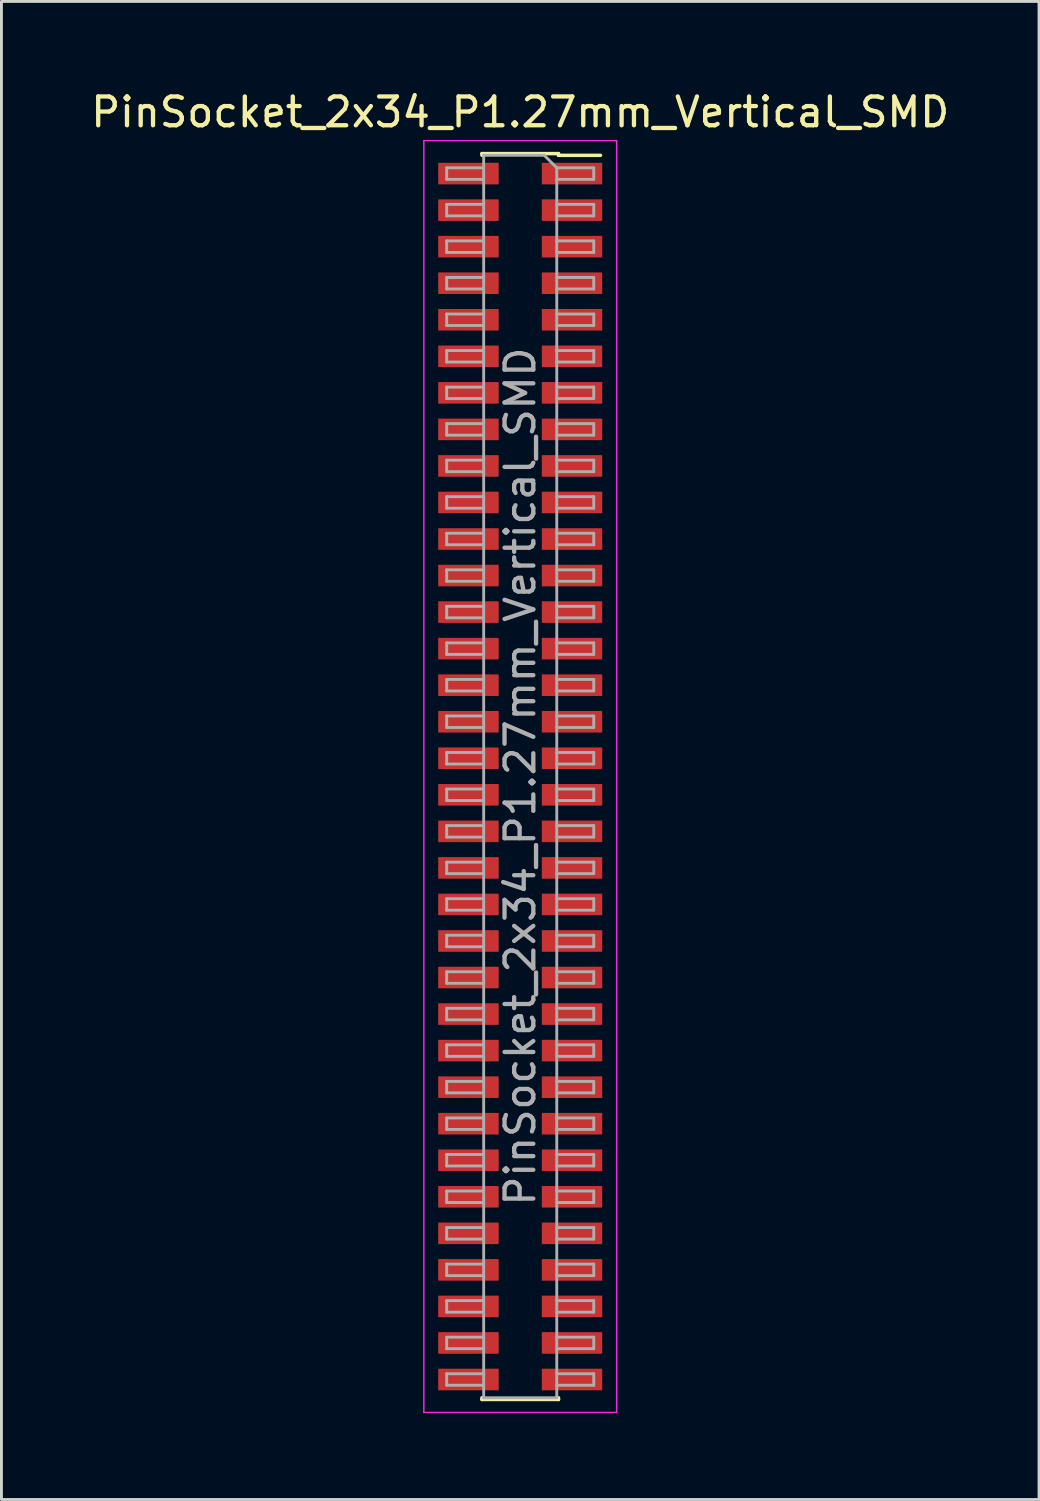
<source format=kicad_pcb>
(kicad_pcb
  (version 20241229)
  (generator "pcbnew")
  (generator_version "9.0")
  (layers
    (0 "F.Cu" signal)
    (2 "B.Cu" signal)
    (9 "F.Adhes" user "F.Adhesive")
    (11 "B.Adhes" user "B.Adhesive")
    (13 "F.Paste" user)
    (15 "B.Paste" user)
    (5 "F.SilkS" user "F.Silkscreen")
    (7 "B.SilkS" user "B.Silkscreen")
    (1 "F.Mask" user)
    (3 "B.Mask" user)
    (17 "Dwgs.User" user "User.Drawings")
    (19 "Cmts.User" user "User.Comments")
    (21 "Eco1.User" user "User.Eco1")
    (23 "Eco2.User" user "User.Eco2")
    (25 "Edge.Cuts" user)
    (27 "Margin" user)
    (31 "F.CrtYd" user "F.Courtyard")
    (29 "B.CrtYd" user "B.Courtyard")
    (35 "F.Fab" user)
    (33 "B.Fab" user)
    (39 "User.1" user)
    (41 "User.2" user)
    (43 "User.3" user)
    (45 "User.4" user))
  (footprint "PinSocket_2x34_P1.27mm_Vertical_SMD"
    (layer "F.Cu")
    (at 15.03 23.938)
    (property "Reference" "PinSocket_2x34_P1.27mm_Vertical_SMD" (at 0 -23.09 0) (layer "F.SilkS") (effects (font (size 1 1) (thickness 0.15))))
    (attr smd)
    (fp_line (start -1.33 -21.65) (end -1.33 -21.59) (stroke (width 0.12) (type solid)) (layer "F.SilkS"))
    (fp_line (start -1.33 -21.65) (end 1.33 -21.65) (stroke (width 0.12) (type solid)) (layer "F.SilkS"))
    (fp_line (start -1.33 21.59) (end -1.33 21.65) (stroke (width 0.12) (type solid)) (layer "F.SilkS"))
    (fp_line (start -1.33 21.65) (end 1.33 21.65) (stroke (width 0.12) (type solid)) (layer "F.SilkS"))
    (fp_line (start 1.33 -21.65) (end 1.33 -21.59) (stroke (width 0.12) (type solid)) (layer "F.SilkS"))
    (fp_line (start 1.33 -21.59) (end 2.79 -21.59) (stroke (width 0.12) (type solid)) (layer "F.SilkS"))
    (fp_line (start 1.33 21.59) (end 1.33 21.65) (stroke (width 0.12) (type solid)) (layer "F.SilkS"))
    (fp_line (start -3.35 -22.1) (end 3.35 -22.1) (stroke (width 0.05) (type solid)) (layer "F.CrtYd"))
    (fp_line (start -3.35 22.1) (end -3.35 -22.1) (stroke (width 0.05) (type solid)) (layer "F.CrtYd"))
    (fp_line (start 3.35 -22.1) (end 3.35 22.1) (stroke (width 0.05) (type solid)) (layer "F.CrtYd"))
    (fp_line (start 3.35 22.1) (end -3.35 22.1) (stroke (width 0.05) (type solid)) (layer "F.CrtYd"))
    (fp_line (start -2.555 -21.155) (end -1.27 -21.155) (stroke (width 0.1) (type solid)) (layer "F.Fab"))
    (fp_line (start -2.555 -20.755) (end -2.555 -21.155) (stroke (width 0.1) (type solid)) (layer "F.Fab"))
    (fp_line (start -2.555 -19.885) (end -1.27 -19.885) (stroke (width 0.1) (type solid)) (layer "F.Fab"))
    (fp_line (start -2.555 -19.485) (end -2.555 -19.885) (stroke (width 0.1) (type solid)) (layer "F.Fab"))
    (fp_line (start -2.555 -18.615) (end -1.27 -18.615) (stroke (width 0.1) (type solid)) (layer "F.Fab"))
    (fp_line (start -2.555 -18.215) (end -2.555 -18.615) (stroke (width 0.1) (type solid)) (layer "F.Fab"))
    (fp_line (start -2.555 -17.345) (end -1.27 -17.345) (stroke (width 0.1) (type solid)) (layer "F.Fab"))
    (fp_line (start -2.555 -16.945) (end -2.555 -17.345) (stroke (width 0.1) (type solid)) (layer "F.Fab"))
    (fp_line (start -2.555 -16.075) (end -1.27 -16.075) (stroke (width 0.1) (type solid)) (layer "F.Fab"))
    (fp_line (start -2.555 -15.675) (end -2.555 -16.075) (stroke (width 0.1) (type solid)) (layer "F.Fab"))
    (fp_line (start -2.555 -14.805) (end -1.27 -14.805) (stroke (width 0.1) (type solid)) (layer "F.Fab"))
    (fp_line (start -2.555 -14.405) (end -2.555 -14.805) (stroke (width 0.1) (type solid)) (layer "F.Fab"))
    (fp_line (start -2.555 -13.535) (end -1.27 -13.535) (stroke (width 0.1) (type solid)) (layer "F.Fab"))
    (fp_line (start -2.555 -13.135) (end -2.555 -13.535) (stroke (width 0.1) (type solid)) (layer "F.Fab"))
    (fp_line (start -2.555 -12.265) (end -1.27 -12.265) (stroke (width 0.1) (type solid)) (layer "F.Fab"))
    (fp_line (start -2.555 -11.865) (end -2.555 -12.265) (stroke (width 0.1) (type solid)) (layer "F.Fab"))
    (fp_line (start -2.555 -10.995) (end -1.27 -10.995) (stroke (width 0.1) (type solid)) (layer "F.Fab"))
    (fp_line (start -2.555 -10.595) (end -2.555 -10.995) (stroke (width 0.1) (type solid)) (layer "F.Fab"))
    (fp_line (start -2.555 -9.725) (end -1.27 -9.725) (stroke (width 0.1) (type solid)) (layer "F.Fab"))
    (fp_line (start -2.555 -9.325) (end -2.555 -9.725) (stroke (width 0.1) (type solid)) (layer "F.Fab"))
    (fp_line (start -2.555 -8.455) (end -1.27 -8.455) (stroke (width 0.1) (type solid)) (layer "F.Fab"))
    (fp_line (start -2.555 -8.055) (end -2.555 -8.455) (stroke (width 0.1) (type solid)) (layer "F.Fab"))
    (fp_line (start -2.555 -7.185) (end -1.27 -7.185) (stroke (width 0.1) (type solid)) (layer "F.Fab"))
    (fp_line (start -2.555 -6.785) (end -2.555 -7.185) (stroke (width 0.1) (type solid)) (layer "F.Fab"))
    (fp_line (start -2.555 -5.915) (end -1.27 -5.915) (stroke (width 0.1) (type solid)) (layer "F.Fab"))
    (fp_line (start -2.555 -5.515) (end -2.555 -5.915) (stroke (width 0.1) (type solid)) (layer "F.Fab"))
    (fp_line (start -2.555 -4.645) (end -1.27 -4.645) (stroke (width 0.1) (type solid)) (layer "F.Fab"))
    (fp_line (start -2.555 -4.245) (end -2.555 -4.645) (stroke (width 0.1) (type solid)) (layer "F.Fab"))
    (fp_line (start -2.555 -3.375) (end -1.27 -3.375) (stroke (width 0.1) (type solid)) (layer "F.Fab"))
    (fp_line (start -2.555 -2.975) (end -2.555 -3.375) (stroke (width 0.1) (type solid)) (layer "F.Fab"))
    (fp_line (start -2.555 -2.105) (end -1.27 -2.105) (stroke (width 0.1) (type solid)) (layer "F.Fab"))
    (fp_line (start -2.555 -1.705) (end -2.555 -2.105) (stroke (width 0.1) (type solid)) (layer "F.Fab"))
    (fp_line (start -2.555 -0.835) (end -1.27 -0.835) (stroke (width 0.1) (type solid)) (layer "F.Fab"))
    (fp_line (start -2.555 -0.435) (end -2.555 -0.835) (stroke (width 0.1) (type solid)) (layer "F.Fab"))
    (fp_line (start -2.555 0.435) (end -1.27 0.435) (stroke (width 0.1) (type solid)) (layer "F.Fab"))
    (fp_line (start -2.555 0.835) (end -2.555 0.435) (stroke (width 0.1) (type solid)) (layer "F.Fab"))
    (fp_line (start -2.555 1.705) (end -1.27 1.705) (stroke (width 0.1) (type solid)) (layer "F.Fab"))
    (fp_line (start -2.555 2.105) (end -2.555 1.705) (stroke (width 0.1) (type solid)) (layer "F.Fab"))
    (fp_line (start -2.555 2.975) (end -1.27 2.975) (stroke (width 0.1) (type solid)) (layer "F.Fab"))
    (fp_line (start -2.555 3.375) (end -2.555 2.975) (stroke (width 0.1) (type solid)) (layer "F.Fab"))
    (fp_line (start -2.555 4.245) (end -1.27 4.245) (stroke (width 0.1) (type solid)) (layer "F.Fab"))
    (fp_line (start -2.555 4.645) (end -2.555 4.245) (stroke (width 0.1) (type solid)) (layer "F.Fab"))
    (fp_line (start -2.555 5.515) (end -1.27 5.515) (stroke (width 0.1) (type solid)) (layer "F.Fab"))
    (fp_line (start -2.555 5.915) (end -2.555 5.515) (stroke (width 0.1) (type solid)) (layer "F.Fab"))
    (fp_line (start -2.555 6.785) (end -1.27 6.785) (stroke (width 0.1) (type solid)) (layer "F.Fab"))
    (fp_line (start -2.555 7.185) (end -2.555 6.785) (stroke (width 0.1) (type solid)) (layer "F.Fab"))
    (fp_line (start -2.555 8.055) (end -1.27 8.055) (stroke (width 0.1) (type solid)) (layer "F.Fab"))
    (fp_line (start -2.555 8.455) (end -2.555 8.055) (stroke (width 0.1) (type solid)) (layer "F.Fab"))
    (fp_line (start -2.555 9.325) (end -1.27 9.325) (stroke (width 0.1) (type solid)) (layer "F.Fab"))
    (fp_line (start -2.555 9.725) (end -2.555 9.325) (stroke (width 0.1) (type solid)) (layer "F.Fab"))
    (fp_line (start -2.555 10.595) (end -1.27 10.595) (stroke (width 0.1) (type solid)) (layer "F.Fab"))
    (fp_line (start -2.555 10.995) (end -2.555 10.595) (stroke (width 0.1) (type solid)) (layer "F.Fab"))
    (fp_line (start -2.555 11.865) (end -1.27 11.865) (stroke (width 0.1) (type solid)) (layer "F.Fab"))
    (fp_line (start -2.555 12.265) (end -2.555 11.865) (stroke (width 0.1) (type solid)) (layer "F.Fab"))
    (fp_line (start -2.555 13.135) (end -1.27 13.135) (stroke (width 0.1) (type solid)) (layer "F.Fab"))
    (fp_line (start -2.555 13.535) (end -2.555 13.135) (stroke (width 0.1) (type solid)) (layer "F.Fab"))
    (fp_line (start -2.555 14.405) (end -1.27 14.405) (stroke (width 0.1) (type solid)) (layer "F.Fab"))
    (fp_line (start -2.555 14.805) (end -2.555 14.405) (stroke (width 0.1) (type solid)) (layer "F.Fab"))
    (fp_line (start -2.555 15.675) (end -1.27 15.675) (stroke (width 0.1) (type solid)) (layer "F.Fab"))
    (fp_line (start -2.555 16.075) (end -2.555 15.675) (stroke (width 0.1) (type solid)) (layer "F.Fab"))
    (fp_line (start -2.555 16.945) (end -1.27 16.945) (stroke (width 0.1) (type solid)) (layer "F.Fab"))
    (fp_line (start -2.555 17.345) (end -2.555 16.945) (stroke (width 0.1) (type solid)) (layer "F.Fab"))
    (fp_line (start -2.555 18.215) (end -1.27 18.215) (stroke (width 0.1) (type solid)) (layer "F.Fab"))
    (fp_line (start -2.555 18.615) (end -2.555 18.215) (stroke (width 0.1) (type solid)) (layer "F.Fab"))
    (fp_line (start -2.555 19.485) (end -1.27 19.485) (stroke (width 0.1) (type solid)) (layer "F.Fab"))
    (fp_line (start -2.555 19.885) (end -2.555 19.485) (stroke (width 0.1) (type solid)) (layer "F.Fab"))
    (fp_line (start -2.555 20.755) (end -1.27 20.755) (stroke (width 0.1) (type solid)) (layer "F.Fab"))
    (fp_line (start -2.555 21.155) (end -2.555 20.755) (stroke (width 0.1) (type solid)) (layer "F.Fab"))
    (fp_line (start -1.27 -21.59) (end 0.835 -21.59) (stroke (width 0.1) (type solid)) (layer "F.Fab"))
    (fp_line (start -1.27 -20.755) (end -2.555 -20.755) (stroke (width 0.1) (type solid)) (layer "F.Fab"))
    (fp_line (start -1.27 -19.485) (end -2.555 -19.485) (stroke (width 0.1) (type solid)) (layer "F.Fab"))
    (fp_line (start -1.27 -18.215) (end -2.555 -18.215) (stroke (width 0.1) (type solid)) (layer "F.Fab"))
    (fp_line (start -1.27 -16.945) (end -2.555 -16.945) (stroke (width 0.1) (type solid)) (layer "F.Fab"))
    (fp_line (start -1.27 -15.675) (end -2.555 -15.675) (stroke (width 0.1) (type solid)) (layer "F.Fab"))
    (fp_line (start -1.27 -14.405) (end -2.555 -14.405) (stroke (width 0.1) (type solid)) (layer "F.Fab"))
    (fp_line (start -1.27 -13.135) (end -2.555 -13.135) (stroke (width 0.1) (type solid)) (layer "F.Fab"))
    (fp_line (start -1.27 -11.865) (end -2.555 -11.865) (stroke (width 0.1) (type solid)) (layer "F.Fab"))
    (fp_line (start -1.27 -10.595) (end -2.555 -10.595) (stroke (width 0.1) (type solid)) (layer "F.Fab"))
    (fp_line (start -1.27 -9.325) (end -2.555 -9.325) (stroke (width 0.1) (type solid)) (layer "F.Fab"))
    (fp_line (start -1.27 -8.055) (end -2.555 -8.055) (stroke (width 0.1) (type solid)) (layer "F.Fab"))
    (fp_line (start -1.27 -6.785) (end -2.555 -6.785) (stroke (width 0.1) (type solid)) (layer "F.Fab"))
    (fp_line (start -1.27 -5.515) (end -2.555 -5.515) (stroke (width 0.1) (type solid)) (layer "F.Fab"))
    (fp_line (start -1.27 -4.245) (end -2.555 -4.245) (stroke (width 0.1) (type solid)) (layer "F.Fab"))
    (fp_line (start -1.27 -2.975) (end -2.555 -2.975) (stroke (width 0.1) (type solid)) (layer "F.Fab"))
    (fp_line (start -1.27 -1.705) (end -2.555 -1.705) (stroke (width 0.1) (type solid)) (layer "F.Fab"))
    (fp_line (start -1.27 -0.435) (end -2.555 -0.435) (stroke (width 0.1) (type solid)) (layer "F.Fab"))
    (fp_line (start -1.27 0.835) (end -2.555 0.835) (stroke (width 0.1) (type solid)) (layer "F.Fab"))
    (fp_line (start -1.27 2.105) (end -2.555 2.105) (stroke (width 0.1) (type solid)) (layer "F.Fab"))
    (fp_line (start -1.27 3.375) (end -2.555 3.375) (stroke (width 0.1) (type solid)) (layer "F.Fab"))
    (fp_line (start -1.27 4.645) (end -2.555 4.645) (stroke (width 0.1) (type solid)) (layer "F.Fab"))
    (fp_line (start -1.27 5.915) (end -2.555 5.915) (stroke (width 0.1) (type solid)) (layer "F.Fab"))
    (fp_line (start -1.27 7.185) (end -2.555 7.185) (stroke (width 0.1) (type solid)) (layer "F.Fab"))
    (fp_line (start -1.27 8.455) (end -2.555 8.455) (stroke (width 0.1) (type solid)) (layer "F.Fab"))
    (fp_line (start -1.27 9.725) (end -2.555 9.725) (stroke (width 0.1) (type solid)) (layer "F.Fab"))
    (fp_line (start -1.27 10.995) (end -2.555 10.995) (stroke (width 0.1) (type solid)) (layer "F.Fab"))
    (fp_line (start -1.27 12.265) (end -2.555 12.265) (stroke (width 0.1) (type solid)) (layer "F.Fab"))
    (fp_line (start -1.27 13.535) (end -2.555 13.535) (stroke (width 0.1) (type solid)) (layer "F.Fab"))
    (fp_line (start -1.27 14.805) (end -2.555 14.805) (stroke (width 0.1) (type solid)) (layer "F.Fab"))
    (fp_line (start -1.27 16.075) (end -2.555 16.075) (stroke (width 0.1) (type solid)) (layer "F.Fab"))
    (fp_line (start -1.27 17.345) (end -2.555 17.345) (stroke (width 0.1) (type solid)) (layer "F.Fab"))
    (fp_line (start -1.27 18.615) (end -2.555 18.615) (stroke (width 0.1) (type solid)) (layer "F.Fab"))
    (fp_line (start -1.27 19.885) (end -2.555 19.885) (stroke (width 0.1) (type solid)) (layer "F.Fab"))
    (fp_line (start -1.27 21.155) (end -2.555 21.155) (stroke (width 0.1) (type solid)) (layer "F.Fab"))
    (fp_line (start -1.27 21.59) (end -1.27 -21.59) (stroke (width 0.1) (type solid)) (layer "F.Fab"))
    (fp_line (start 0.835 -21.59) (end 1.27 -21.155) (stroke (width 0.1) (type solid)) (layer "F.Fab"))
    (fp_line (start 1.27 -21.155) (end 1.27 21.59) (stroke (width 0.1) (type solid)) (layer "F.Fab"))
    (fp_line (start 1.27 -21.155) (end 2.555 -21.155) (stroke (width 0.1) (type solid)) (layer "F.Fab"))
    (fp_line (start 1.27 -19.885) (end 2.555 -19.885) (stroke (width 0.1) (type solid)) (layer "F.Fab"))
    (fp_line (start 1.27 -18.615) (end 2.555 -18.615) (stroke (width 0.1) (type solid)) (layer "F.Fab"))
    (fp_line (start 1.27 -17.345) (end 2.555 -17.345) (stroke (width 0.1) (type solid)) (layer "F.Fab"))
    (fp_line (start 1.27 -16.075) (end 2.555 -16.075) (stroke (width 0.1) (type solid)) (layer "F.Fab"))
    (fp_line (start 1.27 -14.805) (end 2.555 -14.805) (stroke (width 0.1) (type solid)) (layer "F.Fab"))
    (fp_line (start 1.27 -13.535) (end 2.555 -13.535) (stroke (width 0.1) (type solid)) (layer "F.Fab"))
    (fp_line (start 1.27 -12.265) (end 2.555 -12.265) (stroke (width 0.1) (type solid)) (layer "F.Fab"))
    (fp_line (start 1.27 -10.995) (end 2.555 -10.995) (stroke (width 0.1) (type solid)) (layer "F.Fab"))
    (fp_line (start 1.27 -9.725) (end 2.555 -9.725) (stroke (width 0.1) (type solid)) (layer "F.Fab"))
    (fp_line (start 1.27 -8.455) (end 2.555 -8.455) (stroke (width 0.1) (type solid)) (layer "F.Fab"))
    (fp_line (start 1.27 -7.185) (end 2.555 -7.185) (stroke (width 0.1) (type solid)) (layer "F.Fab"))
    (fp_line (start 1.27 -5.915) (end 2.555 -5.915) (stroke (width 0.1) (type solid)) (layer "F.Fab"))
    (fp_line (start 1.27 -4.645) (end 2.555 -4.645) (stroke (width 0.1) (type solid)) (layer "F.Fab"))
    (fp_line (start 1.27 -3.375) (end 2.555 -3.375) (stroke (width 0.1) (type solid)) (layer "F.Fab"))
    (fp_line (start 1.27 -2.105) (end 2.555 -2.105) (stroke (width 0.1) (type solid)) (layer "F.Fab"))
    (fp_line (start 1.27 -0.835) (end 2.555 -0.835) (stroke (width 0.1) (type solid)) (layer "F.Fab"))
    (fp_line (start 1.27 0.435) (end 2.555 0.435) (stroke (width 0.1) (type solid)) (layer "F.Fab"))
    (fp_line (start 1.27 1.705) (end 2.555 1.705) (stroke (width 0.1) (type solid)) (layer "F.Fab"))
    (fp_line (start 1.27 2.975) (end 2.555 2.975) (stroke (width 0.1) (type solid)) (layer "F.Fab"))
    (fp_line (start 1.27 4.245) (end 2.555 4.245) (stroke (width 0.1) (type solid)) (layer "F.Fab"))
    (fp_line (start 1.27 5.515) (end 2.555 5.515) (stroke (width 0.1) (type solid)) (layer "F.Fab"))
    (fp_line (start 1.27 6.785) (end 2.555 6.785) (stroke (width 0.1) (type solid)) (layer "F.Fab"))
    (fp_line (start 1.27 8.055) (end 2.555 8.055) (stroke (width 0.1) (type solid)) (layer "F.Fab"))
    (fp_line (start 1.27 9.325) (end 2.555 9.325) (stroke (width 0.1) (type solid)) (layer "F.Fab"))
    (fp_line (start 1.27 10.595) (end 2.555 10.595) (stroke (width 0.1) (type solid)) (layer "F.Fab"))
    (fp_line (start 1.27 11.865) (end 2.555 11.865) (stroke (width 0.1) (type solid)) (layer "F.Fab"))
    (fp_line (start 1.27 13.135) (end 2.555 13.135) (stroke (width 0.1) (type solid)) (layer "F.Fab"))
    (fp_line (start 1.27 14.405) (end 2.555 14.405) (stroke (width 0.1) (type solid)) (layer "F.Fab"))
    (fp_line (start 1.27 15.675) (end 2.555 15.675) (stroke (width 0.1) (type solid)) (layer "F.Fab"))
    (fp_line (start 1.27 16.945) (end 2.555 16.945) (stroke (width 0.1) (type solid)) (layer "F.Fab"))
    (fp_line (start 1.27 18.215) (end 2.555 18.215) (stroke (width 0.1) (type solid)) (layer "F.Fab"))
    (fp_line (start 1.27 19.485) (end 2.555 19.485) (stroke (width 0.1) (type solid)) (layer "F.Fab"))
    (fp_line (start 1.27 20.755) (end 2.555 20.755) (stroke (width 0.1) (type solid)) (layer "F.Fab"))
    (fp_line (start 1.27 21.59) (end -1.27 21.59) (stroke (width 0.1) (type solid)) (layer "F.Fab"))
    (fp_line (start 2.555 -21.155) (end 2.555 -20.755) (stroke (width 0.1) (type solid)) (layer "F.Fab"))
    (fp_line (start 2.555 -20.755) (end 1.27 -20.755) (stroke (width 0.1) (type solid)) (layer "F.Fab"))
    (fp_line (start 2.555 -19.885) (end 2.555 -19.485) (stroke (width 0.1) (type solid)) (layer "F.Fab"))
    (fp_line (start 2.555 -19.485) (end 1.27 -19.485) (stroke (width 0.1) (type solid)) (layer "F.Fab"))
    (fp_line (start 2.555 -18.615) (end 2.555 -18.215) (stroke (width 0.1) (type solid)) (layer "F.Fab"))
    (fp_line (start 2.555 -18.215) (end 1.27 -18.215) (stroke (width 0.1) (type solid)) (layer "F.Fab"))
    (fp_line (start 2.555 -17.345) (end 2.555 -16.945) (stroke (width 0.1) (type solid)) (layer "F.Fab"))
    (fp_line (start 2.555 -16.945) (end 1.27 -16.945) (stroke (width 0.1) (type solid)) (layer "F.Fab"))
    (fp_line (start 2.555 -16.075) (end 2.555 -15.675) (stroke (width 0.1) (type solid)) (layer "F.Fab"))
    (fp_line (start 2.555 -15.675) (end 1.27 -15.675) (stroke (width 0.1) (type solid)) (layer "F.Fab"))
    (fp_line (start 2.555 -14.805) (end 2.555 -14.405) (stroke (width 0.1) (type solid)) (layer "F.Fab"))
    (fp_line (start 2.555 -14.405) (end 1.27 -14.405) (stroke (width 0.1) (type solid)) (layer "F.Fab"))
    (fp_line (start 2.555 -13.535) (end 2.555 -13.135) (stroke (width 0.1) (type solid)) (layer "F.Fab"))
    (fp_line (start 2.555 -13.135) (end 1.27 -13.135) (stroke (width 0.1) (type solid)) (layer "F.Fab"))
    (fp_line (start 2.555 -12.265) (end 2.555 -11.865) (stroke (width 0.1) (type solid)) (layer "F.Fab"))
    (fp_line (start 2.555 -11.865) (end 1.27 -11.865) (stroke (width 0.1) (type solid)) (layer "F.Fab"))
    (fp_line (start 2.555 -10.995) (end 2.555 -10.595) (stroke (width 0.1) (type solid)) (layer "F.Fab"))
    (fp_line (start 2.555 -10.595) (end 1.27 -10.595) (stroke (width 0.1) (type solid)) (layer "F.Fab"))
    (fp_line (start 2.555 -9.725) (end 2.555 -9.325) (stroke (width 0.1) (type solid)) (layer "F.Fab"))
    (fp_line (start 2.555 -9.325) (end 1.27 -9.325) (stroke (width 0.1) (type solid)) (layer "F.Fab"))
    (fp_line (start 2.555 -8.455) (end 2.555 -8.055) (stroke (width 0.1) (type solid)) (layer "F.Fab"))
    (fp_line (start 2.555 -8.055) (end 1.27 -8.055) (stroke (width 0.1) (type solid)) (layer "F.Fab"))
    (fp_line (start 2.555 -7.185) (end 2.555 -6.785) (stroke (width 0.1) (type solid)) (layer "F.Fab"))
    (fp_line (start 2.555 -6.785) (end 1.27 -6.785) (stroke (width 0.1) (type solid)) (layer "F.Fab"))
    (fp_line (start 2.555 -5.915) (end 2.555 -5.515) (stroke (width 0.1) (type solid)) (layer "F.Fab"))
    (fp_line (start 2.555 -5.515) (end 1.27 -5.515) (stroke (width 0.1) (type solid)) (layer "F.Fab"))
    (fp_line (start 2.555 -4.645) (end 2.555 -4.245) (stroke (width 0.1) (type solid)) (layer "F.Fab"))
    (fp_line (start 2.555 -4.245) (end 1.27 -4.245) (stroke (width 0.1) (type solid)) (layer "F.Fab"))
    (fp_line (start 2.555 -3.375) (end 2.555 -2.975) (stroke (width 0.1) (type solid)) (layer "F.Fab"))
    (fp_line (start 2.555 -2.975) (end 1.27 -2.975) (stroke (width 0.1) (type solid)) (layer "F.Fab"))
    (fp_line (start 2.555 -2.105) (end 2.555 -1.705) (stroke (width 0.1) (type solid)) (layer "F.Fab"))
    (fp_line (start 2.555 -1.705) (end 1.27 -1.705) (stroke (width 0.1) (type solid)) (layer "F.Fab"))
    (fp_line (start 2.555 -0.835) (end 2.555 -0.435) (stroke (width 0.1) (type solid)) (layer "F.Fab"))
    (fp_line (start 2.555 -0.435) (end 1.27 -0.435) (stroke (width 0.1) (type solid)) (layer "F.Fab"))
    (fp_line (start 2.555 0.435) (end 2.555 0.835) (stroke (width 0.1) (type solid)) (layer "F.Fab"))
    (fp_line (start 2.555 0.835) (end 1.27 0.835) (stroke (width 0.1) (type solid)) (layer "F.Fab"))
    (fp_line (start 2.555 1.705) (end 2.555 2.105) (stroke (width 0.1) (type solid)) (layer "F.Fab"))
    (fp_line (start 2.555 2.105) (end 1.27 2.105) (stroke (width 0.1) (type solid)) (layer "F.Fab"))
    (fp_line (start 2.555 2.975) (end 2.555 3.375) (stroke (width 0.1) (type solid)) (layer "F.Fab"))
    (fp_line (start 2.555 3.375) (end 1.27 3.375) (stroke (width 0.1) (type solid)) (layer "F.Fab"))
    (fp_line (start 2.555 4.245) (end 2.555 4.645) (stroke (width 0.1) (type solid)) (layer "F.Fab"))
    (fp_line (start 2.555 4.645) (end 1.27 4.645) (stroke (width 0.1) (type solid)) (layer "F.Fab"))
    (fp_line (start 2.555 5.515) (end 2.555 5.915) (stroke (width 0.1) (type solid)) (layer "F.Fab"))
    (fp_line (start 2.555 5.915) (end 1.27 5.915) (stroke (width 0.1) (type solid)) (layer "F.Fab"))
    (fp_line (start 2.555 6.785) (end 2.555 7.185) (stroke (width 0.1) (type solid)) (layer "F.Fab"))
    (fp_line (start 2.555 7.185) (end 1.27 7.185) (stroke (width 0.1) (type solid)) (layer "F.Fab"))
    (fp_line (start 2.555 8.055) (end 2.555 8.455) (stroke (width 0.1) (type solid)) (layer "F.Fab"))
    (fp_line (start 2.555 8.455) (end 1.27 8.455) (stroke (width 0.1) (type solid)) (layer "F.Fab"))
    (fp_line (start 2.555 9.325) (end 2.555 9.725) (stroke (width 0.1) (type solid)) (layer "F.Fab"))
    (fp_line (start 2.555 9.725) (end 1.27 9.725) (stroke (width 0.1) (type solid)) (layer "F.Fab"))
    (fp_line (start 2.555 10.595) (end 2.555 10.995) (stroke (width 0.1) (type solid)) (layer "F.Fab"))
    (fp_line (start 2.555 10.995) (end 1.27 10.995) (stroke (width 0.1) (type solid)) (layer "F.Fab"))
    (fp_line (start 2.555 11.865) (end 2.555 12.265) (stroke (width 0.1) (type solid)) (layer "F.Fab"))
    (fp_line (start 2.555 12.265) (end 1.27 12.265) (stroke (width 0.1) (type solid)) (layer "F.Fab"))
    (fp_line (start 2.555 13.135) (end 2.555 13.535) (stroke (width 0.1) (type solid)) (layer "F.Fab"))
    (fp_line (start 2.555 13.535) (end 1.27 13.535) (stroke (width 0.1) (type solid)) (layer "F.Fab"))
    (fp_line (start 2.555 14.405) (end 2.555 14.805) (stroke (width 0.1) (type solid)) (layer "F.Fab"))
    (fp_line (start 2.555 14.805) (end 1.27 14.805) (stroke (width 0.1) (type solid)) (layer "F.Fab"))
    (fp_line (start 2.555 15.675) (end 2.555 16.075) (stroke (width 0.1) (type solid)) (layer "F.Fab"))
    (fp_line (start 2.555 16.075) (end 1.27 16.075) (stroke (width 0.1) (type solid)) (layer "F.Fab"))
    (fp_line (start 2.555 16.945) (end 2.555 17.345) (stroke (width 0.1) (type solid)) (layer "F.Fab"))
    (fp_line (start 2.555 17.345) (end 1.27 17.345) (stroke (width 0.1) (type solid)) (layer "F.Fab"))
    (fp_line (start 2.555 18.215) (end 2.555 18.615) (stroke (width 0.1) (type solid)) (layer "F.Fab"))
    (fp_line (start 2.555 18.615) (end 1.27 18.615) (stroke (width 0.1) (type solid)) (layer "F.Fab"))
    (fp_line (start 2.555 19.485) (end 2.555 19.885) (stroke (width 0.1) (type solid)) (layer "F.Fab"))
    (fp_line (start 2.555 19.885) (end 1.27 19.885) (stroke (width 0.1) (type solid)) (layer "F.Fab"))
    (fp_line (start 2.555 20.755) (end 2.555 21.155) (stroke (width 0.1) (type solid)) (layer "F.Fab"))
    (fp_line (start 2.555 21.155) (end 1.27 21.155) (stroke (width 0.1) (type solid)) (layer "F.Fab"))
    (fp_text user "${REFERENCE}" (at 0 0 90) (layer "F.Fab") (effects (font (size 1 1) (thickness 0.15))))
    (pad "1" smd rect (at 1.8 -20.955) (size 2.1 0.75) (layers "F.Cu" "F.Mask" "F.Paste"))
    (pad "2" smd rect (at -1.8 -20.955) (size 2.1 0.75) (layers "F.Cu" "F.Mask" "F.Paste"))
    (pad "3" smd rect (at 1.8 -19.685) (size 2.1 0.75) (layers "F.Cu" "F.Mask" "F.Paste"))
    (pad "4" smd rect (at -1.8 -19.685) (size 2.1 0.75) (layers "F.Cu" "F.Mask" "F.Paste"))
    (pad "5" smd rect (at 1.8 -18.415) (size 2.1 0.75) (layers "F.Cu" "F.Mask" "F.Paste"))
    (pad "6" smd rect (at -1.8 -18.415) (size 2.1 0.75) (layers "F.Cu" "F.Mask" "F.Paste"))
    (pad "7" smd rect (at 1.8 -17.145) (size 2.1 0.75) (layers "F.Cu" "F.Mask" "F.Paste"))
    (pad "8" smd rect (at -1.8 -17.145) (size 2.1 0.75) (layers "F.Cu" "F.Mask" "F.Paste"))
    (pad "9" smd rect (at 1.8 -15.875) (size 2.1 0.75) (layers "F.Cu" "F.Mask" "F.Paste"))
    (pad "10" smd rect (at -1.8 -15.875) (size 2.1 0.75) (layers "F.Cu" "F.Mask" "F.Paste"))
    (pad "11" smd rect (at 1.8 -14.605) (size 2.1 0.75) (layers "F.Cu" "F.Mask" "F.Paste"))
    (pad "12" smd rect (at -1.8 -14.605) (size 2.1 0.75) (layers "F.Cu" "F.Mask" "F.Paste"))
    (pad "13" smd rect (at 1.8 -13.335) (size 2.1 0.75) (layers "F.Cu" "F.Mask" "F.Paste"))
    (pad "14" smd rect (at -1.8 -13.335) (size 2.1 0.75) (layers "F.Cu" "F.Mask" "F.Paste"))
    (pad "15" smd rect (at 1.8 -12.065) (size 2.1 0.75) (layers "F.Cu" "F.Mask" "F.Paste"))
    (pad "16" smd rect (at -1.8 -12.065) (size 2.1 0.75) (layers "F.Cu" "F.Mask" "F.Paste"))
    (pad "17" smd rect (at 1.8 -10.795) (size 2.1 0.75) (layers "F.Cu" "F.Mask" "F.Paste"))
    (pad "18" smd rect (at -1.8 -10.795) (size 2.1 0.75) (layers "F.Cu" "F.Mask" "F.Paste"))
    (pad "19" smd rect (at 1.8 -9.525) (size 2.1 0.75) (layers "F.Cu" "F.Mask" "F.Paste"))
    (pad "20" smd rect (at -1.8 -9.525) (size 2.1 0.75) (layers "F.Cu" "F.Mask" "F.Paste"))
    (pad "21" smd rect (at 1.8 -8.255) (size 2.1 0.75) (layers "F.Cu" "F.Mask" "F.Paste"))
    (pad "22" smd rect (at -1.8 -8.255) (size 2.1 0.75) (layers "F.Cu" "F.Mask" "F.Paste"))
    (pad "23" smd rect (at 1.8 -6.985) (size 2.1 0.75) (layers "F.Cu" "F.Mask" "F.Paste"))
    (pad "24" smd rect (at -1.8 -6.985) (size 2.1 0.75) (layers "F.Cu" "F.Mask" "F.Paste"))
    (pad "25" smd rect (at 1.8 -5.715) (size 2.1 0.75) (layers "F.Cu" "F.Mask" "F.Paste"))
    (pad "26" smd rect (at -1.8 -5.715) (size 2.1 0.75) (layers "F.Cu" "F.Mask" "F.Paste"))
    (pad "27" smd rect (at 1.8 -4.445) (size 2.1 0.75) (layers "F.Cu" "F.Mask" "F.Paste"))
    (pad "28" smd rect (at -1.8 -4.445) (size 2.1 0.75) (layers "F.Cu" "F.Mask" "F.Paste"))
    (pad "29" smd rect (at 1.8 -3.175) (size 2.1 0.75) (layers "F.Cu" "F.Mask" "F.Paste"))
    (pad "30" smd rect (at -1.8 -3.175) (size 2.1 0.75) (layers "F.Cu" "F.Mask" "F.Paste"))
    (pad "31" smd rect (at 1.8 -1.905) (size 2.1 0.75) (layers "F.Cu" "F.Mask" "F.Paste"))
    (pad "32" smd rect (at -1.8 -1.905) (size 2.1 0.75) (layers "F.Cu" "F.Mask" "F.Paste"))
    (pad "33" smd rect (at 1.8 -0.635) (size 2.1 0.75) (layers "F.Cu" "F.Mask" "F.Paste"))
    (pad "34" smd rect (at -1.8 -0.635) (size 2.1 0.75) (layers "F.Cu" "F.Mask" "F.Paste"))
    (pad "35" smd rect (at 1.8 0.635) (size 2.1 0.75) (layers "F.Cu" "F.Mask" "F.Paste"))
    (pad "36" smd rect (at -1.8 0.635) (size 2.1 0.75) (layers "F.Cu" "F.Mask" "F.Paste"))
    (pad "37" smd rect (at 1.8 1.905) (size 2.1 0.75) (layers "F.Cu" "F.Mask" "F.Paste"))
    (pad "38" smd rect (at -1.8 1.905) (size 2.1 0.75) (layers "F.Cu" "F.Mask" "F.Paste"))
    (pad "39" smd rect (at 1.8 3.175) (size 2.1 0.75) (layers "F.Cu" "F.Mask" "F.Paste"))
    (pad "40" smd rect (at -1.8 3.175) (size 2.1 0.75) (layers "F.Cu" "F.Mask" "F.Paste"))
    (pad "41" smd rect (at 1.8 4.445) (size 2.1 0.75) (layers "F.Cu" "F.Mask" "F.Paste"))
    (pad "42" smd rect (at -1.8 4.445) (size 2.1 0.75) (layers "F.Cu" "F.Mask" "F.Paste"))
    (pad "43" smd rect (at 1.8 5.715) (size 2.1 0.75) (layers "F.Cu" "F.Mask" "F.Paste"))
    (pad "44" smd rect (at -1.8 5.715) (size 2.1 0.75) (layers "F.Cu" "F.Mask" "F.Paste"))
    (pad "45" smd rect (at 1.8 6.985) (size 2.1 0.75) (layers "F.Cu" "F.Mask" "F.Paste"))
    (pad "46" smd rect (at -1.8 6.985) (size 2.1 0.75) (layers "F.Cu" "F.Mask" "F.Paste"))
    (pad "47" smd rect (at 1.8 8.255) (size 2.1 0.75) (layers "F.Cu" "F.Mask" "F.Paste"))
    (pad "48" smd rect (at -1.8 8.255) (size 2.1 0.75) (layers "F.Cu" "F.Mask" "F.Paste"))
    (pad "49" smd rect (at 1.8 9.525) (size 2.1 0.75) (layers "F.Cu" "F.Mask" "F.Paste"))
    (pad "50" smd rect (at -1.8 9.525) (size 2.1 0.75) (layers "F.Cu" "F.Mask" "F.Paste"))
    (pad "51" smd rect (at 1.8 10.795) (size 2.1 0.75) (layers "F.Cu" "F.Mask" "F.Paste"))
    (pad "52" smd rect (at -1.8 10.795) (size 2.1 0.75) (layers "F.Cu" "F.Mask" "F.Paste"))
    (pad "53" smd rect (at 1.8 12.065) (size 2.1 0.75) (layers "F.Cu" "F.Mask" "F.Paste"))
    (pad "54" smd rect (at -1.8 12.065) (size 2.1 0.75) (layers "F.Cu" "F.Mask" "F.Paste"))
    (pad "55" smd rect (at 1.8 13.335) (size 2.1 0.75) (layers "F.Cu" "F.Mask" "F.Paste"))
    (pad "56" smd rect (at -1.8 13.335) (size 2.1 0.75) (layers "F.Cu" "F.Mask" "F.Paste"))
    (pad "57" smd rect (at 1.8 14.605) (size 2.1 0.75) (layers "F.Cu" "F.Mask" "F.Paste"))
    (pad "58" smd rect (at -1.8 14.605) (size 2.1 0.75) (layers "F.Cu" "F.Mask" "F.Paste"))
    (pad "59" smd rect (at 1.8 15.875) (size 2.1 0.75) (layers "F.Cu" "F.Mask" "F.Paste"))
    (pad "60" smd rect (at -1.8 15.875) (size 2.1 0.75) (layers "F.Cu" "F.Mask" "F.Paste"))
    (pad "61" smd rect (at 1.8 17.145) (size 2.1 0.75) (layers "F.Cu" "F.Mask" "F.Paste"))
    (pad "62" smd rect (at -1.8 17.145) (size 2.1 0.75) (layers "F.Cu" "F.Mask" "F.Paste"))
    (pad "63" smd rect (at 1.8 18.415) (size 2.1 0.75) (layers "F.Cu" "F.Mask" "F.Paste"))
    (pad "64" smd rect (at -1.8 18.415) (size 2.1 0.75) (layers "F.Cu" "F.Mask" "F.Paste"))
    (pad "65" smd rect (at 1.8 19.685) (size 2.1 0.75) (layers "F.Cu" "F.Mask" "F.Paste"))
    (pad "66" smd rect (at -1.8 19.685) (size 2.1 0.75) (layers "F.Cu" "F.Mask" "F.Paste"))
    (pad "67" smd rect (at 1.8 20.955) (size 2.1 0.75) (layers "F.Cu" "F.Mask" "F.Paste"))
    (pad "68" smd rect (at -1.8 20.955) (size 2.1 0.75) (layers "F.Cu" "F.Mask" "F.Paste")))
  (gr_rect
    (start -3 -3)
    (end 33.06 49.063)
    (stroke (width 0.1) (type default))
    (fill no)
    (layer "Edge.Cuts")))
</source>
